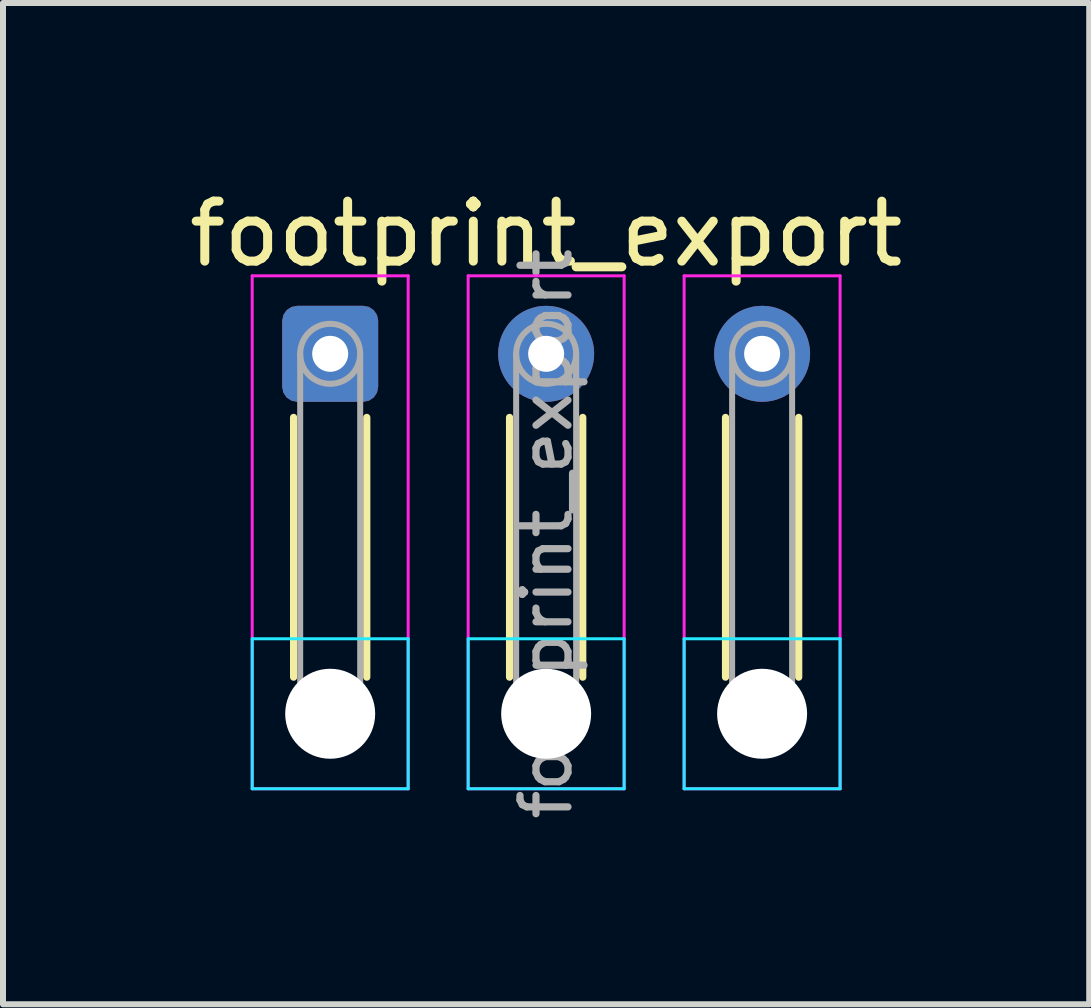
<source format=kicad_pcb>
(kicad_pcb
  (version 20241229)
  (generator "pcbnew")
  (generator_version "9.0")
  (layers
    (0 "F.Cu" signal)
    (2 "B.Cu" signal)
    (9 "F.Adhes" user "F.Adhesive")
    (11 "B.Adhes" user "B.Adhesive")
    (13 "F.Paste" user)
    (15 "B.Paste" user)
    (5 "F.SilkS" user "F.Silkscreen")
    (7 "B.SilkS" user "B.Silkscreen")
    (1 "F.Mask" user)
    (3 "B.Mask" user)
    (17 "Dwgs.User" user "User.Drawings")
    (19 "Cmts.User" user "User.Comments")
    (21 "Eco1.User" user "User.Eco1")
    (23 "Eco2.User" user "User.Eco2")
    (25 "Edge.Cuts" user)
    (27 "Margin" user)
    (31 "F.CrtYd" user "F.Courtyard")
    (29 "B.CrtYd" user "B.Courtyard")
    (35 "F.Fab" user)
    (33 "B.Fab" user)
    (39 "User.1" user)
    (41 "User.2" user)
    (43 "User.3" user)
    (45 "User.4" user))
  (footprint "footprint_export"
    (layer "F.Cu")
    (at 2.454 2.848)
    (property "Reference" "footprint_export" (at 3.6 -2 0) (layer "F.SilkS") (effects (font (size 1 1) (thickness 0.15))))
    (attr exclude_from_pos_files exclude_from_bom)
    (fp_line (start -0.61 1.06) (end -0.61 5.39) (stroke (width 0.12) (type solid)) (layer "F.SilkS"))
    (fp_line (start 0.61 1.06) (end 0.61 5.39) (stroke (width 0.12) (type solid)) (layer "F.SilkS"))
    (fp_line (start 2.99 1.06) (end 2.99 5.39) (stroke (width 0.12) (type solid)) (layer "F.SilkS"))
    (fp_line (start 4.21 1.06) (end 4.21 5.39) (stroke (width 0.12) (type solid)) (layer "F.SilkS"))
    (fp_line (start 6.59 1.06) (end 6.59 5.39) (stroke (width 0.12) (type solid)) (layer "F.SilkS"))
    (fp_line (start 7.81 1.06) (end 7.81 5.39) (stroke (width 0.12) (type solid)) (layer "F.SilkS"))
    (fp_line (start -1.3 4.75) (end -1.3 7.25) (stroke (width 0.05) (type solid)) (layer "B.CrtYd"))
    (fp_line (start -1.3 7.25) (end 1.3 7.25) (stroke (width 0.05) (type solid)) (layer "B.CrtYd"))
    (fp_line (start 1.3 4.75) (end -1.3 4.75) (stroke (width 0.05) (type solid)) (layer "B.CrtYd"))
    (fp_line (start 1.3 7.25) (end 1.3 4.75) (stroke (width 0.05) (type solid)) (layer "B.CrtYd"))
    (fp_line (start 2.3 4.75) (end 2.3 7.25) (stroke (width 0.05) (type solid)) (layer "B.CrtYd"))
    (fp_line (start 2.3 7.25) (end 4.9 7.25) (stroke (width 0.05) (type solid)) (layer "B.CrtYd"))
    (fp_line (start 4.9 4.75) (end 2.3 4.75) (stroke (width 0.05) (type solid)) (layer "B.CrtYd"))
    (fp_line (start 4.9 7.25) (end 4.9 4.75) (stroke (width 0.05) (type solid)) (layer "B.CrtYd"))
    (fp_line (start 5.9 4.75) (end 5.9 7.25) (stroke (width 0.05) (type solid)) (layer "B.CrtYd"))
    (fp_line (start 5.9 7.25) (end 8.5 7.25) (stroke (width 0.05) (type solid)) (layer "B.CrtYd"))
    (fp_line (start 8.5 4.75) (end 5.9 4.75) (stroke (width 0.05) (type solid)) (layer "B.CrtYd"))
    (fp_line (start 8.5 7.25) (end 8.5 4.75) (stroke (width 0.05) (type solid)) (layer "B.CrtYd"))
    (fp_line (start -1.3 -1.3) (end -1.3 7.25) (stroke (width 0.05) (type solid)) (layer "F.CrtYd"))
    (fp_line (start -1.3 7.25) (end 1.3 7.25) (stroke (width 0.05) (type solid)) (layer "F.CrtYd"))
    (fp_line (start 1.3 -1.3) (end -1.3 -1.3) (stroke (width 0.05) (type solid)) (layer "F.CrtYd"))
    (fp_line (start 1.3 7.25) (end 1.3 -1.3) (stroke (width 0.05) (type solid)) (layer "F.CrtYd"))
    (fp_line (start 2.3 -1.3) (end 2.3 7.25) (stroke (width 0.05) (type solid)) (layer "F.CrtYd"))
    (fp_line (start 2.3 7.25) (end 4.9 7.25) (stroke (width 0.05) (type solid)) (layer "F.CrtYd"))
    (fp_line (start 4.9 -1.3) (end 2.3 -1.3) (stroke (width 0.05) (type solid)) (layer "F.CrtYd"))
    (fp_line (start 4.9 7.25) (end 4.9 -1.3) (stroke (width 0.05) (type solid)) (layer "F.CrtYd"))
    (fp_line (start 5.9 -1.3) (end 5.9 7.25) (stroke (width 0.05) (type solid)) (layer "F.CrtYd"))
    (fp_line (start 5.9 7.25) (end 8.5 7.25) (stroke (width 0.05) (type solid)) (layer "F.CrtYd"))
    (fp_line (start 8.5 -1.3) (end 5.9 -1.3) (stroke (width 0.05) (type solid)) (layer "F.CrtYd"))
    (fp_line (start 8.5 7.25) (end 8.5 -1.3) (stroke (width 0.05) (type solid)) (layer "F.CrtYd"))
    (fp_line (start -0.5 0) (end -0.5 6) (stroke (width 0.1) (type solid)) (layer "F.Fab"))
    (fp_line (start 0.5 0) (end 0.5 6) (stroke (width 0.1) (type solid)) (layer "F.Fab"))
    (fp_line (start 3.1 0) (end 3.1 6) (stroke (width 0.1) (type solid)) (layer "F.Fab"))
    (fp_line (start 4.1 0) (end 4.1 6) (stroke (width 0.1) (type solid)) (layer "F.Fab"))
    (fp_line (start 6.7 0) (end 6.7 6) (stroke (width 0.1) (type solid)) (layer "F.Fab"))
    (fp_line (start 7.7 0) (end 7.7 6) (stroke (width 0.1) (type solid)) (layer "F.Fab"))
    (fp_circle (center 0 0) (end 0.5 0) (stroke (width 0.1) (type solid)) (fill no) (layer "F.Fab"))
    (fp_circle (center 0 6) (end 0.5 6) (stroke (width 0.1) (type solid)) (fill no) (layer "F.Fab"))
    (fp_circle (center 3.6 0) (end 4.1 0) (stroke (width 0.1) (type solid)) (fill no) (layer "F.Fab"))
    (fp_circle (center 3.6 6) (end 4.1 6) (stroke (width 0.1) (type solid)) (fill no) (layer "F.Fab"))
    (fp_circle (center 7.2 0) (end 7.7 0) (stroke (width 0.1) (type solid)) (fill no) (layer "F.Fab"))
    (fp_circle (center 7.2 6) (end 7.7 6) (stroke (width 0.1) (type solid)) (fill no) (layer "F.Fab"))
    (fp_text user "${REFERENCE}" (at 3.6 3 90) (layer "F.Fab") (effects (font (size 0.8 0.8) (thickness 0.12))))
    (pad "" np_thru_hole circle (at 0 6) (size 1.5 1.5) (drill 1.5) (layers "*.Cu" "*.Mask"))
    (pad "" np_thru_hole circle (at 3.6 6) (size 1.5 1.5) (drill 1.5) (layers "*.Cu" "*.Mask"))
    (pad "" np_thru_hole circle (at 7.2 6) (size 1.5 1.5) (drill 1.5) (layers "*.Cu" "*.Mask"))
    (pad "1" thru_hole roundrect (at 0 0) (size 1.6 1.6) (drill 0.6) (layers "*.Cu" "*.Mask") (roundrect_rratio 0.156))
    (pad "2" thru_hole circle (at 3.6 0) (size 1.6 1.6) (drill 0.6) (layers "*.Cu" "*.Mask"))
    (pad "3" thru_hole circle (at 7.2 0) (size 1.6 1.6) (drill 0.6) (layers "*.Cu" "*.Mask")))
  (gr_rect
    (start -3 -3)
    (end 15.107 13.691)
    (stroke (width 0.1) (type default))
    (fill no)
    (layer "Edge.Cuts")))
</source>
